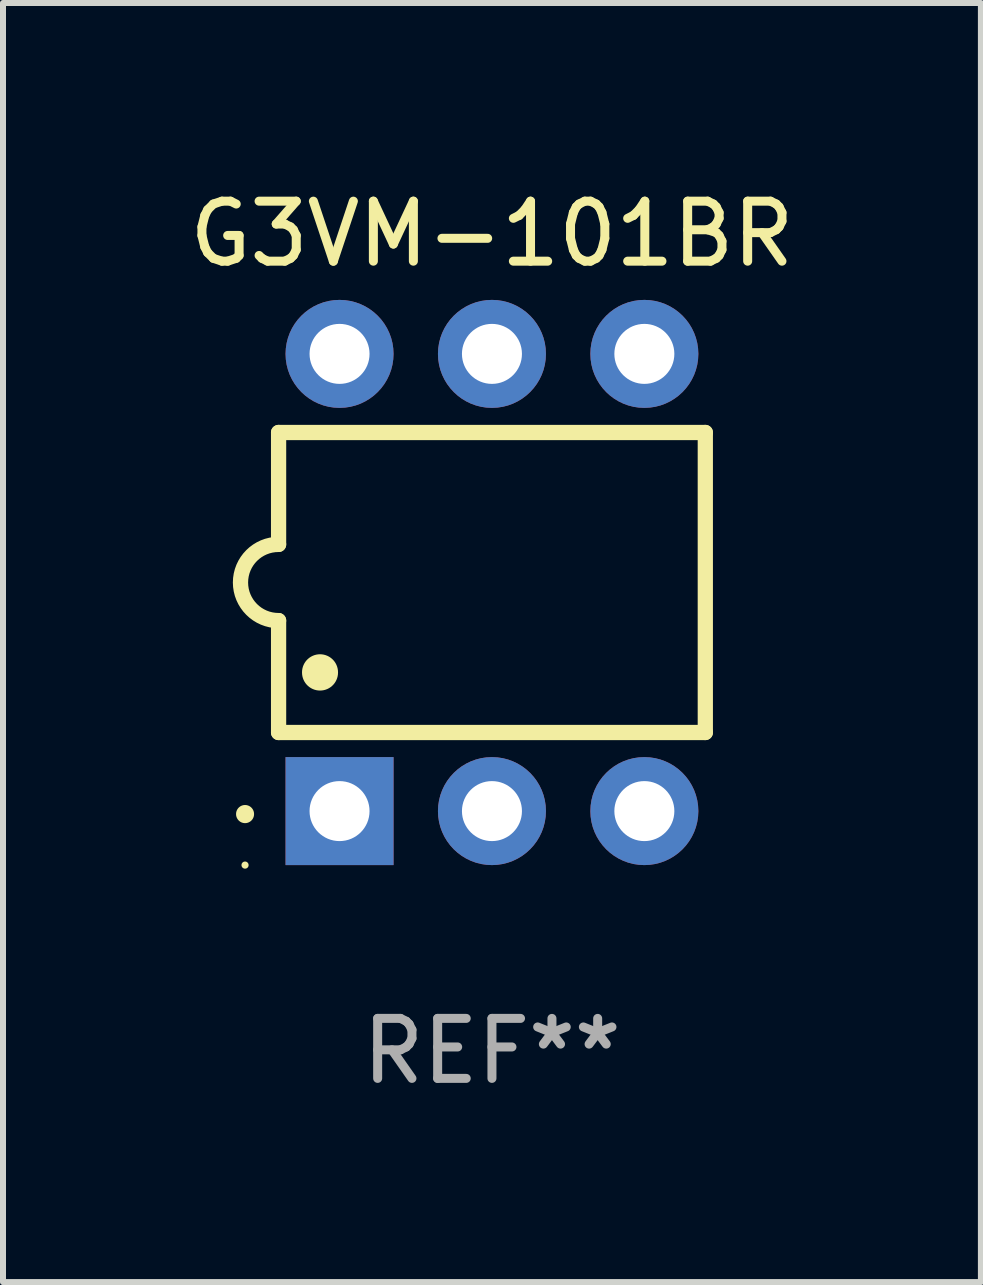
<source format=kicad_pcb>
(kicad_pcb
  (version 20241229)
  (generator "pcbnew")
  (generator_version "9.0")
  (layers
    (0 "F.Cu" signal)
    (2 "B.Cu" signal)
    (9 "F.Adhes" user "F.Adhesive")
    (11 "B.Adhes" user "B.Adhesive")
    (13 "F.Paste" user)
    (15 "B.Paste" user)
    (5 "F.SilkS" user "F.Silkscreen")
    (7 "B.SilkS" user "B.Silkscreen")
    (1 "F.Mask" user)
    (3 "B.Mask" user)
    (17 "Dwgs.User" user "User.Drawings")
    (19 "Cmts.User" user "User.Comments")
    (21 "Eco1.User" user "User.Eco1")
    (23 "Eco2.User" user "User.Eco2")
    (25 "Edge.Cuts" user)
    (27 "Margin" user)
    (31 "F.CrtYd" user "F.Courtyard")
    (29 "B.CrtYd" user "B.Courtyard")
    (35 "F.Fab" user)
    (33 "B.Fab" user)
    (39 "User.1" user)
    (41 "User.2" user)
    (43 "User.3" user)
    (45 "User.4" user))
  (footprint "G3VM-101BR"
    (layer "F.Cu")
    (at 5.149 6.658)
    (property "Reference" "G3VM-101BR" (at 0 -5.81 0) (layer "F.SilkS") (effects (font (size 1 1) (thickness 0.15))))
    (attr through_hole)
    (fp_line (start -3.556 -2.5) (end 3.556 -2.5) (stroke (width 0.254) (type solid)) (layer "F.SilkS"))
    (fp_line (start -3.556 -0.635) (end -3.556 -2.5) (stroke (width 0.254) (type solid)) (layer "F.SilkS"))
    (fp_line (start -3.556 0.635) (end -3.556 2.5) (stroke (width 0.254) (type solid)) (layer "F.SilkS"))
    (fp_line (start -3.556 2.5) (end 3.556 2.5) (stroke (width 0.254) (type solid)) (layer "F.SilkS"))
    (fp_line (start 3.556 -2.5) (end 3.556 2.5) (stroke (width 0.254) (type solid)) (layer "F.SilkS"))
    (fp_arc (start -4.114808 3.860808) (mid -4.114813 3.859538) (end -4.114808 3.858268) (stroke (width 0.3) (type solid)) (layer "F.SilkS"))
    (fp_arc (start -3.556007 0.635001) (mid -4.191008 0) (end -3.556007 -0.635001) (stroke (width 0.254001) (type solid)) (layer "F.SilkS"))
    (fp_arc (start -2.865405 1.501143) (mid -2.865416 1.498603) (end -2.865405 1.496063) (stroke (width 0.6) (type solid)) (layer "F.SilkS"))
    (fp_circle (center -4.115 4.71) (end -4.085 4.71) (stroke (width 0.06) (type solid)) (fill no) (layer "F.SilkS"))
    (fp_text user "REF**" (at 0 7.81 0) (layer "F.Fab") (effects (font (size 1 1) (thickness 0.15))))
    (pad "1" thru_hole rect (at -2.54 3.81 90) (size 1.8 1.8) (drill 1) (layers "*.Cu" "*.Mask"))
    (pad "2" thru_hole circle (at 0 3.81) (size 1.8 1.8) (drill 1) (layers "*.Cu" "*.Mask"))
    (pad "3" thru_hole circle (at 2.54 3.81) (size 1.8 1.8) (drill 1) (layers "*.Cu" "*.Mask"))
    (pad "4" thru_hole circle (at 2.54 -3.81) (size 1.8 1.8) (drill 1) (layers "*.Cu" "*.Mask"))
    (pad "5" thru_hole circle (at 0 -3.81) (size 1.8 1.8) (drill 1) (layers "*.Cu" "*.Mask"))
    (pad "6" thru_hole circle (at -2.54 -3.81) (size 1.8 1.8) (drill 1) (layers "*.Cu" "*.Mask")))
  (gr_rect
    (start -3 -3)
    (end 13.298 18.317)
    (stroke (width 0.1) (type default))
    (fill no)
    (layer "Edge.Cuts")))
</source>
